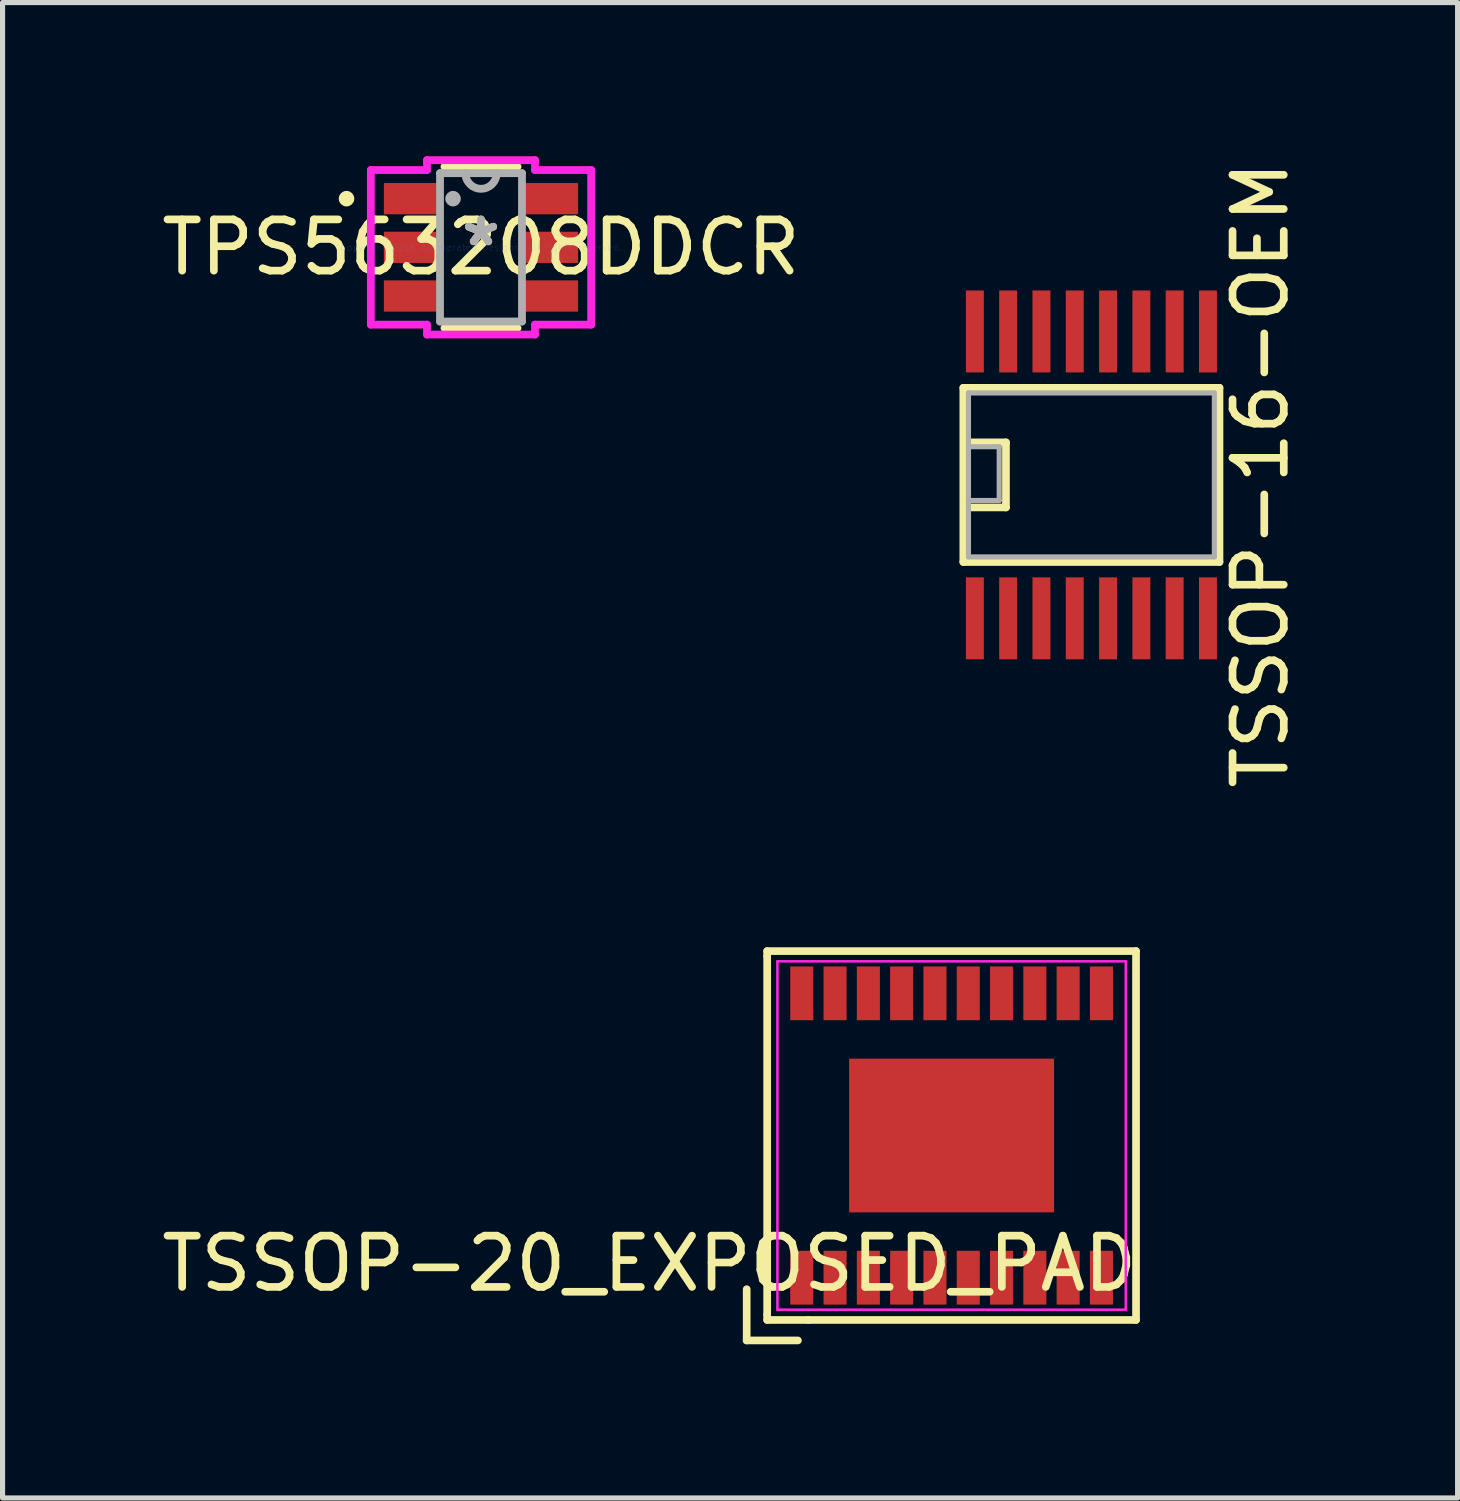
<source format=kicad_pcb>
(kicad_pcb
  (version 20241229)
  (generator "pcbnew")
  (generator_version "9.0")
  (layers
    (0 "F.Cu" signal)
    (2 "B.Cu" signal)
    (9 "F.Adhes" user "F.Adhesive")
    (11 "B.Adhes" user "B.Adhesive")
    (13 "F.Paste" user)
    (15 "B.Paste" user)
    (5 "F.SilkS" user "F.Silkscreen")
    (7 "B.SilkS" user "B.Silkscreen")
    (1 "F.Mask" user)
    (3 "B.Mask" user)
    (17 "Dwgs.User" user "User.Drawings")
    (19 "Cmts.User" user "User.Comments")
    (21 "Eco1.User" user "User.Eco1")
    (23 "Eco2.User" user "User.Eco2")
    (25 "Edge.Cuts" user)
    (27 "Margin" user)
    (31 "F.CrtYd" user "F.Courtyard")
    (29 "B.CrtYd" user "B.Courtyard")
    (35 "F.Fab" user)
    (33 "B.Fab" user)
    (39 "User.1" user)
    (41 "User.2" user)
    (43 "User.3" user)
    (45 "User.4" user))
  (footprint "TSSOP-16-OEM"
    (layer "F.Cu")
    (at 18.254 6.22)
    (property "Reference" "TSSOP-16-OEM" (at 3.3 0 270) (layer "F.SilkS") (effects (font (size 1 1) (thickness 0.15))))
    (attr smd)
    (fp_line (start -2.5 1.7) (end -2.5 -1.7) (stroke (width 0.15) (type solid)) (layer "F.SilkS"))
    (fp_line (start -2.43 -0.635) (end -1.668 -0.635) (stroke (width 0.15) (type solid)) (layer "F.SilkS"))
    (fp_line (start -1.668 -0.635) (end -1.668 0.635) (stroke (width 0.15) (type solid)) (layer "F.SilkS"))
    (fp_line (start -1.668 0.635) (end -2.43 0.635) (stroke (width 0.15) (type solid)) (layer "F.SilkS"))
    (fp_line (start 2.5 -1.7) (end -2.5 -1.7) (stroke (width 0.15) (type solid)) (layer "F.SilkS"))
    (fp_line (start 2.5 1.7) (end -2.5 1.7) (stroke (width 0.15) (type solid)) (layer "F.SilkS"))
    (fp_line (start 2.5 1.7) (end 2.5 -1.7) (stroke (width 0.15) (type solid)) (layer "F.SilkS"))
    (fp_line (start -2.4 -1.6) (end 2.4 -1.6) (stroke (width 0.1) (type solid)) (layer "F.Fab"))
    (fp_line (start -2.4 1.6) (end -2.4 -1.6) (stroke (width 0.1) (type solid)) (layer "F.Fab"))
    (fp_line (start -2.35 -0.55) (end -1.8 -0.55) (stroke (width 0.1) (type solid)) (layer "F.Fab"))
    (fp_line (start -1.8 -0.55) (end -1.8 0.5) (stroke (width 0.1) (type solid)) (layer "F.Fab"))
    (fp_line (start -1.8 0.5) (end -2.4 0.5) (stroke (width 0.1) (type solid)) (layer "F.Fab"))
    (fp_line (start 2.4 -1.6) (end 2.4 1.6) (stroke (width 0.1) (type solid)) (layer "F.Fab"))
    (fp_line (start 2.4 1.6) (end -2.4 1.6) (stroke (width 0.1) (type solid)) (layer "F.Fab"))
    (pad "1" smd rect (at -2.275 2.8) (size 0.35 1.6) (layers "F.Cu" "F.Mask" "F.Paste"))
    (pad "2" smd rect (at -1.625 2.8) (size 0.35 1.6) (layers "F.Cu" "F.Mask" "F.Paste"))
    (pad "3" smd rect (at -0.975 2.8) (size 0.35 1.6) (layers "F.Cu" "F.Mask" "F.Paste"))
    (pad "4" smd rect (at -0.325 2.8) (size 0.35 1.6) (layers "F.Cu" "F.Mask" "F.Paste"))
    (pad "5" smd rect (at 0.325 2.8) (size 0.35 1.6) (layers "F.Cu" "F.Mask" "F.Paste"))
    (pad "6" smd rect (at 0.975 2.8) (size 0.35 1.6) (layers "F.Cu" "F.Mask" "F.Paste"))
    (pad "7" smd rect (at 1.625 2.8) (size 0.35 1.6) (layers "F.Cu" "F.Mask" "F.Paste"))
    (pad "8" smd rect (at 2.275 2.8) (size 0.35 1.6) (layers "F.Cu" "F.Mask" "F.Paste"))
    (pad "9" smd rect (at 2.275 -2.8) (size 0.35 1.6) (layers "F.Cu" "F.Mask" "F.Paste"))
    (pad "10" smd rect (at 1.625 -2.8) (size 0.35 1.6) (layers "F.Cu" "F.Mask" "F.Paste"))
    (pad "11" smd rect (at 0.975 -2.8) (size 0.35 1.6) (layers "F.Cu" "F.Mask" "F.Paste"))
    (pad "12" smd rect (at 0.325 -2.8) (size 0.35 1.6) (layers "F.Cu" "F.Mask" "F.Paste"))
    (pad "13" smd rect (at -0.325 -2.8) (size 0.35 1.6) (layers "F.Cu" "F.Mask" "F.Paste"))
    (pad "14" smd rect (at -0.975 -2.8) (size 0.35 1.6) (layers "F.Cu" "F.Mask" "F.Paste"))
    (pad "15" smd rect (at -1.625 -2.8) (size 0.35 1.6) (layers "F.Cu" "F.Mask" "F.Paste"))
    (pad "16" smd rect (at -2.275 -2.8) (size 0.35 1.6) (layers "F.Cu" "F.Mask" "F.Paste")))
  (footprint "TSSOP-20_EXPOSED_PAD"
    (layer "F.Cu")
    (at 15.525 19.115)
    (property "Reference" "TSSOP-20_EXPOSED_PAD" (at -5.9 2.5 180) (layer "F.SilkS") (effects (font (size 1 1) (thickness 0.15))))
    (attr smd)
    (fp_line (start -4 3) (end -4 4) (stroke (width 0.15) (type solid)) (layer "F.SilkS"))
    (fp_line (start -4 4) (end -3 4) (stroke (width 0.15) (type solid)) (layer "F.SilkS"))
    (fp_line (start -3.6 -3.6) (end -3.6 -3.5) (stroke (width 0.15) (type solid)) (layer "F.SilkS"))
    (fp_line (start -3.6 -3.5) (end -3.6 2.9) (stroke (width 0.15) (type solid)) (layer "F.SilkS"))
    (fp_line (start -3.6 2.9) (end -3.6 3.5) (stroke (width 0.15) (type solid)) (layer "F.SilkS"))
    (fp_line (start -3.6 3.5) (end -3.6 3.6) (stroke (width 0.15) (type solid)) (layer "F.SilkS"))
    (fp_line (start -3.6 3.6) (end -2.8 3.6) (stroke (width 0.15) (type solid)) (layer "F.SilkS"))
    (fp_line (start -2.8 3.6) (end 3.6 3.6) (stroke (width 0.15) (type solid)) (layer "F.SilkS"))
    (fp_line (start 3.6 -3.6) (end -3.6 -3.6) (stroke (width 0.15) (type solid)) (layer "F.SilkS"))
    (fp_line (start 3.6 3.6) (end 3.6 -3.6) (stroke (width 0.15) (type solid)) (layer "F.SilkS"))
    (fp_line (start -3.4 -3.4) (end 3.4 -3.4) (stroke (width 0.05) (type solid)) (layer "F.CrtYd"))
    (fp_line (start -3.4 3.4) (end -3.4 -3.4) (stroke (width 0.05) (type solid)) (layer "F.CrtYd"))
    (fp_line (start 3.4 -3.4) (end 3.4 3.4) (stroke (width 0.05) (type solid)) (layer "F.CrtYd"))
    (fp_line (start 3.4 3.4) (end -3.4 3.4) (stroke (width 0.05) (type solid)) (layer "F.CrtYd"))
    (pad "1" smd rect (at -2.925 2.775) (size 0.45 1.05) (layers "F.Cu" "F.Mask" "F.Paste"))
    (pad "2" smd rect (at -2.275 2.775) (size 0.45 1.05) (layers "F.Cu" "F.Mask" "F.Paste"))
    (pad "3" smd rect (at -1.625 2.775) (size 0.45 1.05) (layers "F.Cu" "F.Mask" "F.Paste"))
    (pad "4" smd rect (at -0.975 2.775) (size 0.45 1.05) (layers "F.Cu" "F.Mask" "F.Paste"))
    (pad "5" smd rect (at -0.325 2.775) (size 0.45 1.05) (layers "F.Cu" "F.Mask" "F.Paste"))
    (pad "6" smd rect (at 0.325 2.775) (size 0.45 1.05) (layers "F.Cu" "F.Mask" "F.Paste"))
    (pad "7" smd rect (at 0.975 2.775) (size 0.45 1.05) (layers "F.Cu" "F.Mask" "F.Paste"))
    (pad "8" smd rect (at 1.625 2.775) (size 0.45 1.05) (layers "F.Cu" "F.Mask" "F.Paste"))
    (pad "9" smd rect (at 2.275 2.775) (size 0.45 1.05) (layers "F.Cu" "F.Mask" "F.Paste"))
    (pad "10" smd rect (at 2.925 2.775) (size 0.45 1.05) (layers "F.Cu" "F.Mask" "F.Paste"))
    (pad "11" smd rect (at 2.925 -2.775) (size 0.45 1.05) (layers "F.Cu" "F.Mask" "F.Paste"))
    (pad "12" smd rect (at 2.275 -2.775) (size 0.45 1.05) (layers "F.Cu" "F.Mask" "F.Paste"))
    (pad "13" smd rect (at 1.625 -2.775) (size 0.45 1.05) (layers "F.Cu" "F.Mask" "F.Paste"))
    (pad "14" smd rect (at 0.975 -2.775) (size 0.45 1.05) (layers "F.Cu" "F.Mask" "F.Paste"))
    (pad "15" smd rect (at 0.325 -2.775) (size 0.45 1.05) (layers "F.Cu" "F.Mask" "F.Paste"))
    (pad "16" smd rect (at -0.325 -2.775) (size 0.45 1.05) (layers "F.Cu" "F.Mask" "F.Paste"))
    (pad "17" smd rect (at -0.975 -2.775) (size 0.45 1.05) (layers "F.Cu" "F.Mask" "F.Paste"))
    (pad "18" smd rect (at -1.625 -2.775) (size 0.45 1.05) (layers "F.Cu" "F.Mask" "F.Paste"))
    (pad "19" smd rect (at -2.275 -2.775) (size 0.45 1.05) (layers "F.Cu" "F.Mask" "F.Paste"))
    (pad "20" smd rect (at -2.925 -2.775) (size 0.45 1.05) (layers "F.Cu" "F.Mask" "F.Paste"))
    (pad "21" smd rect (at 0 0) (size 4 3) (layers "F.Cu" "F.Mask" "F.Paste")))
  (footprint "TPS563208DDCR"
    (layer "F.Cu")
    (at 6.339 1.778)
    (property "Reference" "TPS563208DDCR" (at 0 0 0) (layer "F.SilkS") (effects (font (size 1 1) (thickness 0.15))))
    (attr through_hole)
    (fp_line (start -0.713 1.575) (end 0.713 1.575) (stroke (width 0.152) (type solid)) (layer "F.SilkS"))
    (fp_line (start 0.713 -1.575) (end -0.713 -1.575) (stroke (width 0.152) (type solid)) (layer "F.SilkS"))
    (fp_circle (center -2.625 -0.95) (end -2.549 -0.95) (stroke (width 0.152) (type solid)) (fill no) (layer "F.SilkS"))
    (fp_line (start -2.15 -1.509) (end -1.054 -1.509) (stroke (width 0.152) (type solid)) (layer "F.CrtYd"))
    (fp_line (start -2.15 1.509) (end -2.15 -1.509) (stroke (width 0.152) (type solid)) (layer "F.CrtYd"))
    (fp_line (start -1.054 -1.702) (end 1.054 -1.702) (stroke (width 0.152) (type solid)) (layer "F.CrtYd"))
    (fp_line (start -1.054 -1.509) (end -1.054 -1.702) (stroke (width 0.152) (type solid)) (layer "F.CrtYd"))
    (fp_line (start -1.054 1.509) (end -2.15 1.509) (stroke (width 0.152) (type solid)) (layer "F.CrtYd"))
    (fp_line (start -1.054 1.702) (end -1.054 1.509) (stroke (width 0.152) (type solid)) (layer "F.CrtYd"))
    (fp_line (start 1.054 -1.702) (end 1.054 -1.509) (stroke (width 0.152) (type solid)) (layer "F.CrtYd"))
    (fp_line (start 1.054 -1.509) (end 2.15 -1.509) (stroke (width 0.152) (type solid)) (layer "F.CrtYd"))
    (fp_line (start 1.054 1.509) (end 1.054 1.702) (stroke (width 0.152) (type solid)) (layer "F.CrtYd"))
    (fp_line (start 1.054 1.702) (end -1.054 1.702) (stroke (width 0.152) (type solid)) (layer "F.CrtYd"))
    (fp_line (start 2.15 -1.509) (end 2.15 1.509) (stroke (width 0.152) (type solid)) (layer "F.CrtYd"))
    (fp_line (start 2.15 1.509) (end 1.054 1.509) (stroke (width 0.152) (type solid)) (layer "F.CrtYd"))
    (fp_line (start -0.8 -1.448) (end -0.8 1.448) (stroke (width 0.152) (type solid)) (layer "F.Fab"))
    (fp_line (start -0.8 1.448) (end 0.8 1.448) (stroke (width 0.152) (type solid)) (layer "F.Fab"))
    (fp_line (start 0.8 -1.448) (end -0.8 -1.448) (stroke (width 0.152) (type solid)) (layer "F.Fab"))
    (fp_line (start 0.8 1.448) (end 0.8 -1.448) (stroke (width 0.152) (type solid)) (layer "F.Fab"))
    (fp_arc (start 0.3048 -1.4478) (mid 0 -1.143) (end -0.3048 -1.4478) (stroke (width 0.1524) (type solid)) (layer "F.Fab"))
    (fp_circle (center -0.546 -0.95) (end -0.47 -0.95) (stroke (width 0.152) (type solid)) (fill no) (layer "F.Fab"))
    (fp_text user "*" (at 0 0 0) (layer "F.SilkS") (effects (font (size 1 1) (thickness 0.15))))
    (fp_text user "Copyright 2016 Accelerated Designs. All rights reserved." (at 0 0 0) (layer "Cmts.User") (effects (font (size 0.127 0.127) (thickness 0.002))))
    (fp_text user "*" (at 0 0 0) (layer "F.Fab") (effects (font (size 1 1) (thickness 0.15))))
    (pad "1" smd rect (at -1.35 -0.95) (size 1.092 0.61) (layers "F.Cu" "F.Mask" "F.Paste"))
    (pad "2" smd rect (at -1.35 0) (size 1.092 0.61) (layers "F.Cu" "F.Mask" "F.Paste"))
    (pad "3" smd rect (at -1.35 0.95) (size 1.092 0.61) (layers "F.Cu" "F.Mask" "F.Paste"))
    (pad "4" smd rect (at 1.35 0.95) (size 1.092 0.61) (layers "F.Cu" "F.Mask" "F.Paste"))
    (pad "5" smd rect (at 1.35 0) (size 1.092 0.61) (layers "F.Cu" "F.Mask" "F.Paste"))
    (pad "6" smd rect (at 1.35 -0.95) (size 1.092 0.61) (layers "F.Cu" "F.Mask" "F.Paste")))
  (gr_rect
    (start -3 -3)
    (end 25.402 26.19)
    (stroke (width 0.1) (type default))
    (fill no)
    (layer "Edge.Cuts")))
</source>
